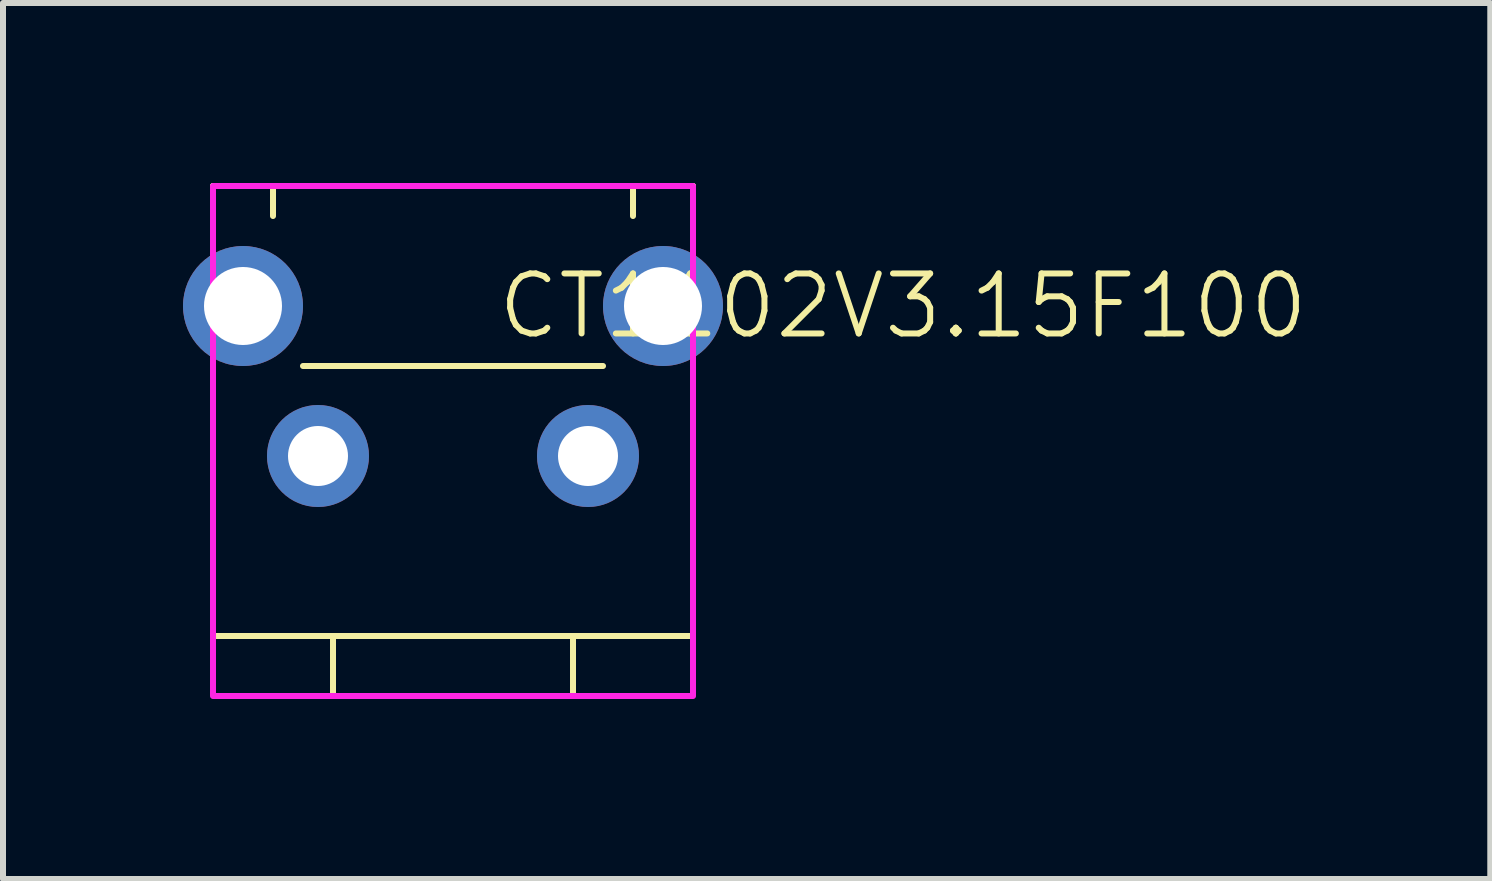
<source format=kicad_pcb>
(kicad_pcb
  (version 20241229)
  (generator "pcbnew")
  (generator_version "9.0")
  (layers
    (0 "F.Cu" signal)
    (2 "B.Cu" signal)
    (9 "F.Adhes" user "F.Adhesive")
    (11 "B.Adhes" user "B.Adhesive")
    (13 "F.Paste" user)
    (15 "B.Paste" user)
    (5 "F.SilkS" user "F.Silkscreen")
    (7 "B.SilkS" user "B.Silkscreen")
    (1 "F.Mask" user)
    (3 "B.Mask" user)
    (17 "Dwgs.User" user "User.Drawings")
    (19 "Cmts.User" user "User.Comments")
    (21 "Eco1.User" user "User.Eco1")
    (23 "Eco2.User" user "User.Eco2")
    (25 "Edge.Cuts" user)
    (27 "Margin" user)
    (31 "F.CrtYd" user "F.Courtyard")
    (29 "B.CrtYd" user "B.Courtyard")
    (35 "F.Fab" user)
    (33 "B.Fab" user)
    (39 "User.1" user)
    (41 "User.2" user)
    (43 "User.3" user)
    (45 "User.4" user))
  (footprint "CT1102V3.15F100"
    (layer "F.Cu")
    (at 1 2.05)
    (property "Reference" "CT1102V3.15F100" (at 11 0 0) (unlocked yes) (layer "F.SilkS") (effects (font (size 1 1) (thickness 0.1))))
    (attr through_hole)
    (fp_line (start -0.5 -1.5) (end -0.5 -2) (stroke (width 0.1) (type default)) (layer "F.SilkS"))
    (fp_line (start -0.5 5.5) (end -0.5 1.5) (stroke (width 0.1) (type default)) (layer "F.SilkS"))
    (fp_line (start 0.5 -2) (end -0.5 -2) (stroke (width 0.1) (type default)) (layer "F.SilkS"))
    (fp_line (start 0.5 -1.5) (end 0.5 -2) (stroke (width 0.1) (type default)) (layer "F.SilkS"))
    (fp_line (start 1 1) (end 6 1) (stroke (width 0.1) (type default)) (layer "F.SilkS"))
    (fp_line (start 1.5 5.5) (end 1.5 6.5) (stroke (width 0.1) (type default)) (layer "F.SilkS"))
    (fp_line (start 1.5 6.5) (end 5.5 6.5) (stroke (width 0.1) (type default)) (layer "F.SilkS"))
    (fp_line (start 5.5 6.5) (end 5.5 5.5) (stroke (width 0.1) (type default)) (layer "F.SilkS"))
    (fp_line (start 6.5 -2) (end 7.5 -2) (stroke (width 0.1) (type default)) (layer "F.SilkS"))
    (fp_line (start 6.5 -1.5) (end 6.5 -2) (stroke (width 0.1) (type default)) (layer "F.SilkS"))
    (fp_line (start 7.5 -2) (end 7.5 -1.5) (stroke (width 0.1) (type default)) (layer "F.SilkS"))
    (fp_line (start 7.5 1.5) (end 7.5 5.5) (stroke (width 0.1) (type default)) (layer "F.SilkS"))
    (fp_line (start 7.5 5.5) (end -0.5 5.5) (stroke (width 0.1) (type default)) (layer "F.SilkS"))
    (fp_rect (start -0.5 -2) (end 7.5 6.5) (stroke (width 0.1) (type default)) (fill no) (layer "F.CrtYd"))
    (pad "1" thru_hole circle (at 1.25 2.5) (size 1.7 1.7) (drill 1) (layers "*.Cu" "*.Mask"))
    (pad "2" thru_hole circle (at 5.75 2.5) (size 1.7 1.7) (drill 1) (layers "*.Cu" "*.Mask"))
    (pad "3" thru_hole circle (at 0 0) (size 2 2) (drill 1.3) (layers "*.Cu" "*.Mask"))
    (pad "4" thru_hole circle (at 7 0) (size 2 2) (drill 1.3) (layers "*.Cu" "*.Mask")))
  (gr_rect
    (start -3 -3)
    (end 21.788 11.6)
    (stroke (width 0.1) (type default))
    (fill no)
    (layer "Edge.Cuts")))
</source>
